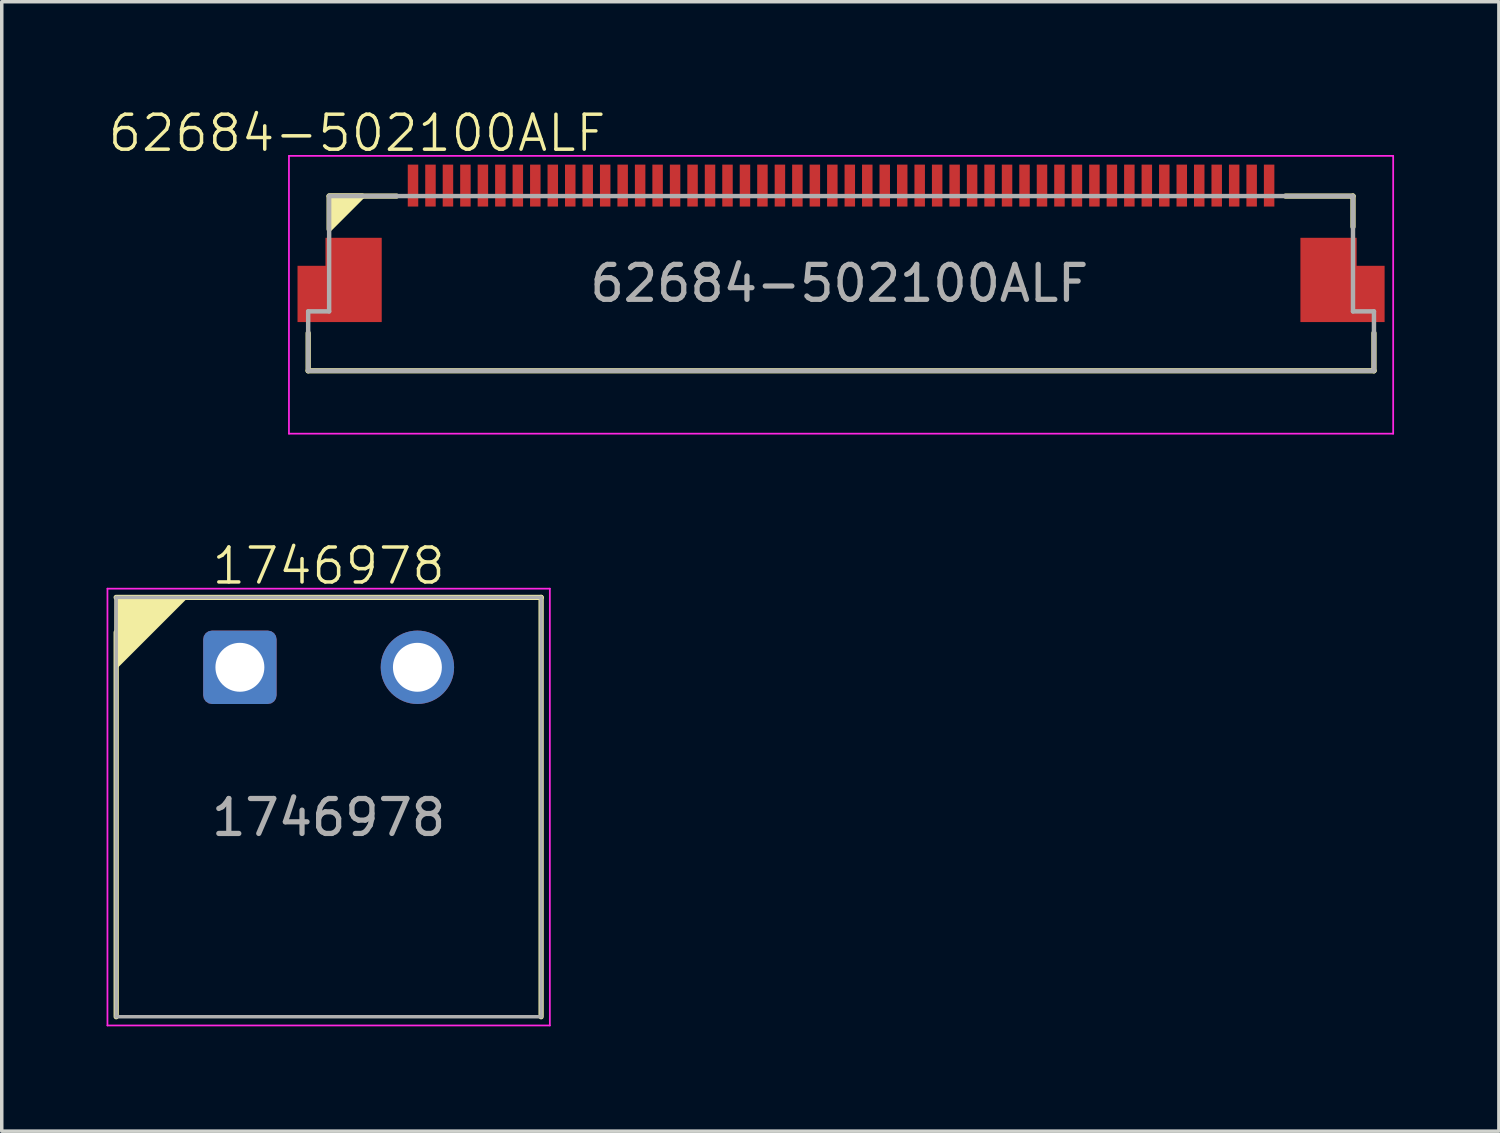
<source format=kicad_pcb>
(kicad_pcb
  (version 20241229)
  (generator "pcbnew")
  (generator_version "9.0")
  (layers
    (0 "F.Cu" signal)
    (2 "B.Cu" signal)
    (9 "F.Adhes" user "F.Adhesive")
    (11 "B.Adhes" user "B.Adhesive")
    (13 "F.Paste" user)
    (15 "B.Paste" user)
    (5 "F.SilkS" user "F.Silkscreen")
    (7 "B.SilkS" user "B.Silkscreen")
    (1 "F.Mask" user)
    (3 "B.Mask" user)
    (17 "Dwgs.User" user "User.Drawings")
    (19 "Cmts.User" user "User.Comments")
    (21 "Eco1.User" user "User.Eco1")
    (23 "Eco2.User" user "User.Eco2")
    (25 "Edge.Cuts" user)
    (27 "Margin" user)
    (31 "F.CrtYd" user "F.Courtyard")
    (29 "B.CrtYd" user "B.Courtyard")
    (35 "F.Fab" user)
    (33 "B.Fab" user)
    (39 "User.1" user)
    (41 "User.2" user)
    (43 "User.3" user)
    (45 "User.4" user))
  (footprint "62684-502100ALF"
    (layer "F.Cu")
    (at 21.019 5.061)
    (property "Reference" "62684-502100ALF" (at -13.85 -4.3 0) (unlocked yes) (layer "F.SilkS") (effects (font (size 1 1) (thickness 0.1))))
    (attr smd)
    (fp_poly (pts (xy -15.65 1.2) (xy -15.65 -0.6) (xy -14.85 -0.6) (xy -14.85 -1.4) (xy -13.05 -1.4) (xy -13.05 1.2)) (stroke (width 0.01) (type solid)) (fill yes) (layer "F.Mask"))
    (fp_poly (pts (xy 15.65 1.2) (xy 15.65 -0.6) (xy 14.85 -0.6) (xy 14.85 -1.4) (xy 13.05 -1.4) (xy 13.05 1.2)) (stroke (width 0.01) (type solid)) (fill yes) (layer "F.Mask"))
    (fp_line (start -15.25 2.5) (end -15.25 1.42) (stroke (width 0.15) (type solid)) (layer "F.SilkS"))
    (fp_line (start -14.65 -2.5) (end -12.72 -2.5) (stroke (width 0.15) (type solid)) (layer "F.SilkS"))
    (fp_line (start 12.72 -2.5) (end 14.65 -2.5) (stroke (width 0.15) (type solid)) (layer "F.SilkS"))
    (fp_line (start 14.65 -2.5) (end 14.65 -1.62) (stroke (width 0.15) (type solid)) (layer "F.SilkS"))
    (fp_line (start 15.25 2.5) (end -15.25 2.5) (stroke (width 0.15) (type solid)) (layer "F.SilkS"))
    (fp_line (start 15.25 2.5) (end 15.25 1.42) (stroke (width 0.15) (type solid)) (layer "F.SilkS"))
    (fp_poly (pts (xy -14.65 -2.5) (xy -14.65 -1.55) (xy -13.7 -2.5)) (stroke (width 0.15) (type solid)) (fill yes) (layer "F.SilkS"))
    (fp_poly (pts (xy -15.55 1.1) (xy -15.55 -0.5) (xy -14.75 -0.5) (xy -14.75 -1.3) (xy -13.15 -1.3) (xy -13.15 1.1)) (stroke (width 0.01) (type solid)) (fill yes) (layer "F.Paste"))
    (fp_poly (pts (xy 15.55 1.1) (xy 15.55 -0.5) (xy 14.75 -0.5) (xy 14.75 -1.3) (xy 13.15 -1.3) (xy 13.15 1.1)) (stroke (width 0.01) (type solid)) (fill yes) (layer "F.Paste"))
    (fp_line (start -15.8 -3.65) (end -15.8 4.3) (stroke (width 0.05) (type solid)) (layer "F.CrtYd"))
    (fp_line (start -15.8 4.3) (end 15.8 4.3) (stroke (width 0.05) (type solid)) (layer "F.CrtYd"))
    (fp_line (start 15.8 -3.65) (end -15.8 -3.65) (stroke (width 0.05) (type solid)) (layer "F.CrtYd"))
    (fp_line (start 15.8 4.3) (end 15.8 -3.65) (stroke (width 0.05) (type solid)) (layer "F.CrtYd"))
    (fp_line (start -15.25 0.8) (end -14.65 0.8) (stroke (width 0.127) (type solid)) (layer "F.Fab"))
    (fp_line (start -15.25 2.5) (end -15.25 0.8) (stroke (width 0.127) (type solid)) (layer "F.Fab"))
    (fp_line (start -14.65 -2.5) (end 14.65 -2.5) (stroke (width 0.127) (type solid)) (layer "F.Fab"))
    (fp_line (start -14.65 0.8) (end -14.65 -2.5) (stroke (width 0.127) (type solid)) (layer "F.Fab"))
    (fp_line (start 14.65 -2.5) (end 14.65 0.8) (stroke (width 0.127) (type solid)) (layer "F.Fab"))
    (fp_line (start 14.65 0.8) (end 15.25 0.8) (stroke (width 0.127) (type solid)) (layer "F.Fab"))
    (fp_line (start 15.25 0.8) (end 15.25 2.5) (stroke (width 0.127) (type solid)) (layer "F.Fab"))
    (fp_line (start 15.25 2.5) (end -15.25 2.5) (stroke (width 0.127) (type solid)) (layer "F.Fab"))
    (fp_text user "${REFERENCE}" (at -0.05 0 0) (unlocked yes) (layer "F.Fab") (effects (font (size 1 1) (thickness 0.15))))
    (pad "1" smd rect (at -12.25 -2.8) (size 0.3 1.2) (layers "F.Cu" "F.Mask" "F.Paste"))
    (pad "2" smd rect (at -11.75 -2.8) (size 0.3 1.2) (layers "F.Cu" "F.Mask" "F.Paste"))
    (pad "3" smd rect (at -11.25 -2.8) (size 0.3 1.2) (layers "F.Cu" "F.Mask" "F.Paste"))
    (pad "4" smd rect (at -10.75 -2.8) (size 0.3 1.2) (layers "F.Cu" "F.Mask" "F.Paste"))
    (pad "5" smd rect (at -10.25 -2.8) (size 0.3 1.2) (layers "F.Cu" "F.Mask" "F.Paste"))
    (pad "6" smd rect (at -9.75 -2.8) (size 0.3 1.2) (layers "F.Cu" "F.Mask" "F.Paste"))
    (pad "7" smd rect (at -9.25 -2.8) (size 0.3 1.2) (layers "F.Cu" "F.Mask" "F.Paste"))
    (pad "8" smd rect (at -8.75 -2.8) (size 0.3 1.2) (layers "F.Cu" "F.Mask" "F.Paste"))
    (pad "9" smd rect (at -8.25 -2.8) (size 0.3 1.2) (layers "F.Cu" "F.Mask" "F.Paste"))
    (pad "10" smd rect (at -7.75 -2.8) (size 0.3 1.2) (layers "F.Cu" "F.Mask" "F.Paste"))
    (pad "11" smd rect (at -7.25 -2.8) (size 0.3 1.2) (layers "F.Cu" "F.Mask" "F.Paste"))
    (pad "12" smd rect (at -6.75 -2.8) (size 0.3 1.2) (layers "F.Cu" "F.Mask" "F.Paste"))
    (pad "13" smd rect (at -6.25 -2.8) (size 0.3 1.2) (layers "F.Cu" "F.Mask" "F.Paste"))
    (pad "14" smd rect (at -5.75 -2.8) (size 0.3 1.2) (layers "F.Cu" "F.Mask" "F.Paste"))
    (pad "15" smd rect (at -5.25 -2.8) (size 0.3 1.2) (layers "F.Cu" "F.Mask" "F.Paste"))
    (pad "16" smd rect (at -4.75 -2.8) (size 0.3 1.2) (layers "F.Cu" "F.Mask" "F.Paste"))
    (pad "17" smd rect (at -4.25 -2.8) (size 0.3 1.2) (layers "F.Cu" "F.Mask" "F.Paste"))
    (pad "18" smd rect (at -3.75 -2.8) (size 0.3 1.2) (layers "F.Cu" "F.Mask" "F.Paste"))
    (pad "19" smd rect (at -3.25 -2.8) (size 0.3 1.2) (layers "F.Cu" "F.Mask" "F.Paste"))
    (pad "20" smd rect (at -2.75 -2.8) (size 0.3 1.2) (layers "F.Cu" "F.Mask" "F.Paste"))
    (pad "21" smd rect (at -2.25 -2.8) (size 0.3 1.2) (layers "F.Cu" "F.Mask" "F.Paste"))
    (pad "22" smd rect (at -1.75 -2.8) (size 0.3 1.2) (layers "F.Cu" "F.Mask" "F.Paste"))
    (pad "23" smd rect (at -1.25 -2.8) (size 0.3 1.2) (layers "F.Cu" "F.Mask" "F.Paste"))
    (pad "24" smd rect (at -0.75 -2.8) (size 0.3 1.2) (layers "F.Cu" "F.Mask" "F.Paste"))
    (pad "25" smd rect (at -0.25 -2.8) (size 0.3 1.2) (layers "F.Cu" "F.Mask" "F.Paste"))
    (pad "26" smd rect (at 0.25 -2.8) (size 0.3 1.2) (layers "F.Cu" "F.Mask" "F.Paste"))
    (pad "27" smd rect (at 0.75 -2.8) (size 0.3 1.2) (layers "F.Cu" "F.Mask" "F.Paste"))
    (pad "28" smd rect (at 1.25 -2.8) (size 0.3 1.2) (layers "F.Cu" "F.Mask" "F.Paste"))
    (pad "29" smd rect (at 1.75 -2.8) (size 0.3 1.2) (layers "F.Cu" "F.Mask" "F.Paste"))
    (pad "30" smd rect (at 2.25 -2.8) (size 0.3 1.2) (layers "F.Cu" "F.Mask" "F.Paste"))
    (pad "31" smd rect (at 2.75 -2.8) (size 0.3 1.2) (layers "F.Cu" "F.Mask" "F.Paste"))
    (pad "32" smd rect (at 3.25 -2.8) (size 0.3 1.2) (layers "F.Cu" "F.Mask" "F.Paste"))
    (pad "33" smd rect (at 3.75 -2.8) (size 0.3 1.2) (layers "F.Cu" "F.Mask" "F.Paste"))
    (pad "34" smd rect (at 4.25 -2.8) (size 0.3 1.2) (layers "F.Cu" "F.Mask" "F.Paste"))
    (pad "35" smd rect (at 4.75 -2.8) (size 0.3 1.2) (layers "F.Cu" "F.Mask" "F.Paste"))
    (pad "36" smd rect (at 5.25 -2.8) (size 0.3 1.2) (layers "F.Cu" "F.Mask" "F.Paste"))
    (pad "37" smd rect (at 5.75 -2.8) (size 0.3 1.2) (layers "F.Cu" "F.Mask" "F.Paste"))
    (pad "38" smd rect (at 6.25 -2.8) (size 0.3 1.2) (layers "F.Cu" "F.Mask" "F.Paste"))
    (pad "39" smd rect (at 6.75 -2.8) (size 0.3 1.2) (layers "F.Cu" "F.Mask" "F.Paste"))
    (pad "40" smd rect (at 7.25 -2.8) (size 0.3 1.2) (layers "F.Cu" "F.Mask" "F.Paste"))
    (pad "41" smd rect (at 7.75 -2.8) (size 0.3 1.2) (layers "F.Cu" "F.Mask" "F.Paste"))
    (pad "42" smd rect (at 8.25 -2.8) (size 0.3 1.2) (layers "F.Cu" "F.Mask" "F.Paste"))
    (pad "43" smd rect (at 8.75 -2.8) (size 0.3 1.2) (layers "F.Cu" "F.Mask" "F.Paste"))
    (pad "44" smd rect (at 9.25 -2.8) (size 0.3 1.2) (layers "F.Cu" "F.Mask" "F.Paste"))
    (pad "45" smd rect (at 9.75 -2.8) (size 0.3 1.2) (layers "F.Cu" "F.Mask" "F.Paste"))
    (pad "46" smd rect (at 10.25 -2.8) (size 0.3 1.2) (layers "F.Cu" "F.Mask" "F.Paste"))
    (pad "47" smd rect (at 10.75 -2.8) (size 0.3 1.2) (layers "F.Cu" "F.Mask" "F.Paste"))
    (pad "48" smd rect (at 11.25 -2.8) (size 0.3 1.2) (layers "F.Cu" "F.Mask" "F.Paste"))
    (pad "49" smd rect (at 11.75 -2.8) (size 0.3 1.2) (layers "F.Cu" "F.Mask" "F.Paste"))
    (pad "50" smd rect (at 12.25 -2.8) (size 0.3 1.2) (layers "F.Cu" "F.Mask" "F.Paste"))
    (pad "S" smd custom (at -14 -0.2) (size 0.8 1.2) (layers "F.Cu") (options (anchor rect)) (primitives (gr_poly (pts (xy -1.55 1.3) (xy -1.55 -0.3) (xy -0.75 -0.3) (xy -0.75 -1.1) (xy 0.85 -1.1) (xy 0.85 1.3)) (width 0.01) (fill yes))))
    (pad "S" smd custom (at 14 -0.2) (size 0.8 1.2) (layers "F.Cu") (options (anchor rect)) (primitives (gr_poly (pts (xy 1.55 1.3) (xy 1.55 -0.3) (xy 0.75 -0.3) (xy 0.75 -1.1) (xy -0.85 -1.1) (xy -0.85 1.3)) (width 0.01) (fill yes)))))
  (footprint "1746978"
    (layer "F.Cu")
    (at 6.355 16.046)
    (property "Reference" "1746978" (at 0 -2.9 0) (unlocked yes) (layer "F.SilkS") (effects (font (size 1 1) (thickness 0.1))))
    (attr through_hole)
    (fp_line (start -6.08 10) (end -6.08 -1) (stroke (width 0.15) (type solid)) (layer "F.SilkS"))
    (fp_line (start 6.08 -2) (end -6.08 -2) (stroke (width 0.15) (type solid)) (layer "F.SilkS"))
    (fp_line (start 6.08 -2) (end 6.08 10) (stroke (width 0.15) (type solid)) (layer "F.SilkS"))
    (fp_poly (pts (xy -6.088 -0.004) (xy -6.08 -2) (xy -4.088 -2.004)) (stroke (width 0.1) (type solid)) (fill yes) (layer "F.SilkS"))
    (fp_line (start -6.33 -2.25) (end 6.33 -2.25) (stroke (width 0.05) (type solid)) (layer "F.CrtYd"))
    (fp_line (start -6.33 10.25) (end -6.33 -2.25) (stroke (width 0.05) (type solid)) (layer "F.CrtYd"))
    (fp_line (start 6.33 -2.25) (end 6.33 10.25) (stroke (width 0.05) (type solid)) (layer "F.CrtYd"))
    (fp_line (start 6.33 10.25) (end -6.33 10.25) (stroke (width 0.05) (type solid)) (layer "F.CrtYd"))
    (fp_line (start -6.08 -2) (end 6.08 -2) (stroke (width 0.1) (type solid)) (layer "F.Fab"))
    (fp_line (start -6.08 10) (end -6.08 -2) (stroke (width 0.1) (type solid)) (layer "F.Fab"))
    (fp_line (start 6.08 -2) (end 6.08 10) (stroke (width 0.1) (type solid)) (layer "F.Fab"))
    (fp_line (start 6.08 10) (end -6.08 10) (stroke (width 0.1) (type solid)) (layer "F.Fab"))
    (fp_text user "${REFERENCE}" (at 0 4.3 0) (unlocked yes) (layer "F.Fab") (effects (font (size 1 1) (thickness 0.15))))
    (pad "1" thru_hole roundrect (at -2.54 0) (size 2.1 2.1) (drill 1.4) (layers "*.Cu" "*.Mask") (roundrect_rratio 0.119))
    (pad "2" thru_hole circle (at 2.54 0) (size 2.1 2.1) (drill 1.4) (layers "*.Cu" "*.Mask")))
  (gr_rect
    (start -3 -3)
    (end 39.844 29.321)
    (stroke (width 0.1) (type default))
    (fill no)
    (layer "Edge.Cuts")))
</source>
